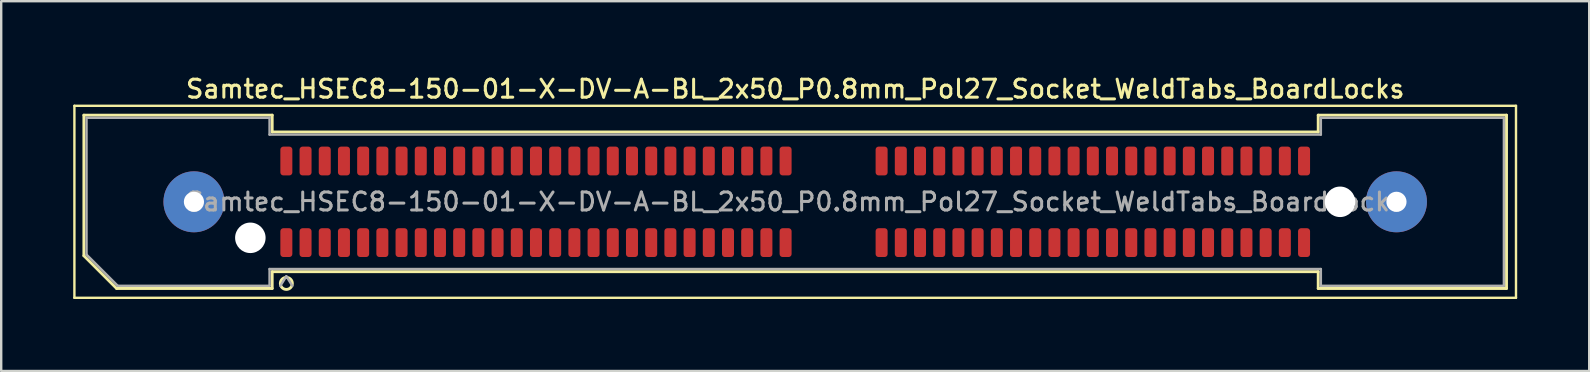
<source format=kicad_pcb>
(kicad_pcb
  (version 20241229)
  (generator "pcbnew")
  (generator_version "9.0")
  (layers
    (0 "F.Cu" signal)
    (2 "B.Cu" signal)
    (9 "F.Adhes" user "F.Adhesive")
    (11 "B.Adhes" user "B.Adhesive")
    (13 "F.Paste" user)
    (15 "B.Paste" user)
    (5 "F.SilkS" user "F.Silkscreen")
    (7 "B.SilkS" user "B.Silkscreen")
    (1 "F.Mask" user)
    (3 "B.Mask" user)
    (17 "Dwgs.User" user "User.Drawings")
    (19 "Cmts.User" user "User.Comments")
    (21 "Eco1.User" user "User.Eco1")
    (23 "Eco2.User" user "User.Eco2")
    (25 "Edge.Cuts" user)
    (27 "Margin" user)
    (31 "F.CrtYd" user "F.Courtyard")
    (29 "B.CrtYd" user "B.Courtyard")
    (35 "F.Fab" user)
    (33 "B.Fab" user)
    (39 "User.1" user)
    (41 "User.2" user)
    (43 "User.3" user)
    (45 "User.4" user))
  (footprint "Samtec_HSEC8-150-01-X-DV-A-BL_2x50_P0.8mm_Pol27_Socket_WeldTabs_BoardLocks"
    (layer "F.Cu")
    (at 30.08 5.358)
    (property "Reference" "Samtec_HSEC8-150-01-X-DV-A-BL_2x50_P0.8mm_Pol27_Socket_WeldTabs_BoardLocks" (at 0 -4.7 0) (layer "F.SilkS") (effects (font (size 0.75 0.75) (thickness 0.125))))
    (attr smd)
    (fp_line (start -30.03 -4) (end -30.03 4) (stroke (width 0.1) (type solid)) (layer "F.SilkS"))
    (fp_line (start -30.03 4) (end 30.03 4) (stroke (width 0.1) (type solid)) (layer "F.SilkS"))
    (fp_line (start -29.635 -3.61) (end -21.79 -3.61) (stroke (width 0.12) (type solid)) (layer "F.SilkS"))
    (fp_line (start -29.635 2.246) (end -29.635 -3.61) (stroke (width 0.12) (type solid)) (layer "F.SilkS"))
    (fp_line (start -28.271 3.61) (end -29.635 2.246) (stroke (width 0.12) (type solid)) (layer "F.SilkS"))
    (fp_line (start -21.79 -3.61) (end -21.79 -2.91) (stroke (width 0.12) (type solid)) (layer "F.SilkS"))
    (fp_line (start -21.79 -2.91) (end 21.79 -2.91) (stroke (width 0.12) (type solid)) (layer "F.SilkS"))
    (fp_line (start -21.79 2.91) (end -21.79 3.61) (stroke (width 0.12) (type solid)) (layer "F.SilkS"))
    (fp_line (start -21.79 3.61) (end -28.271 3.61) (stroke (width 0.12) (type solid)) (layer "F.SilkS"))
    (fp_line (start 21.79 -3.61) (end 29.635 -3.61) (stroke (width 0.12) (type solid)) (layer "F.SilkS"))
    (fp_line (start 21.79 -2.91) (end 21.79 -3.61) (stroke (width 0.12) (type solid)) (layer "F.SilkS"))
    (fp_line (start 21.79 2.91) (end -21.79 2.91) (stroke (width 0.12) (type solid)) (layer "F.SilkS"))
    (fp_line (start 21.79 3.61) (end 21.79 2.91) (stroke (width 0.12) (type solid)) (layer "F.SilkS"))
    (fp_line (start 29.635 -3.61) (end 29.635 3.61) (stroke (width 0.12) (type solid)) (layer "F.SilkS"))
    (fp_line (start 29.635 3.61) (end 21.79 3.61) (stroke (width 0.12) (type solid)) (layer "F.SilkS"))
    (fp_line (start 30.03 -4) (end -30.03 -4) (stroke (width 0.1) (type solid)) (layer "F.SilkS"))
    (fp_line (start 30.03 4) (end 30.03 -4) (stroke (width 0.1) (type solid)) (layer "F.SilkS"))
    (fp_circle (center -21.2 3.4) (end -20.95 3.4) (stroke (width 0.12) (type solid)) (fill no) (layer "F.SilkS"))
    (fp_line (start -29.525 -3.5) (end -21.9 -3.5) (stroke (width 0.1) (type solid)) (layer "F.Fab"))
    (fp_line (start -29.525 2.2) (end -29.525 -3.5) (stroke (width 0.1) (type solid)) (layer "F.Fab"))
    (fp_line (start -28.225 3.5) (end -29.525 2.2) (stroke (width 0.1) (type solid)) (layer "F.Fab"))
    (fp_line (start -21.9 -3.5) (end -21.9 -2.8) (stroke (width 0.1) (type solid)) (layer "F.Fab"))
    (fp_line (start -21.9 -2.8) (end 21.9 -2.8) (stroke (width 0.1) (type solid)) (layer "F.Fab"))
    (fp_line (start -21.9 2.8) (end -21.9 3.5) (stroke (width 0.1) (type solid)) (layer "F.Fab"))
    (fp_line (start -21.9 3.5) (end -28.225 3.5) (stroke (width 0.1) (type solid)) (layer "F.Fab"))
    (fp_line (start -21.2 3.1) (end -21.45 3.5) (stroke (width 0.1) (type solid)) (layer "F.Fab"))
    (fp_line (start -21.2 3.1) (end -20.95 3.5) (stroke (width 0.1) (type solid)) (layer "F.Fab"))
    (fp_line (start 21.9 -3.5) (end 29.525 -3.5) (stroke (width 0.1) (type solid)) (layer "F.Fab"))
    (fp_line (start 21.9 -2.8) (end 21.9 -3.5) (stroke (width 0.1) (type solid)) (layer "F.Fab"))
    (fp_line (start 21.9 2.8) (end -21.9 2.8) (stroke (width 0.1) (type solid)) (layer "F.Fab"))
    (fp_line (start 21.9 3.5) (end 21.9 2.8) (stroke (width 0.1) (type solid)) (layer "F.Fab"))
    (fp_line (start 29.525 -3.5) (end 29.525 3.5) (stroke (width 0.1) (type solid)) (layer "F.Fab"))
    (fp_line (start 29.525 3.5) (end 21.9 3.5) (stroke (width 0.1) (type solid)) (layer "F.Fab"))
    (fp_text user "${REFERENCE}" (at 0 0 0) (layer "F.Fab") (effects (font (size 0.75 0.75) (thickness 0.125))))
    (pad "" thru_hole circle (at -25.05 0) (size 2.54 2.54) (drill 0.84) (layers "*.Cu" "*.Mask" "F.Paste"))
    (pad "" np_thru_hole circle (at -22.7 1.5) (size 1.27 1.27) (drill 1.27) (layers "*.Cu" "*.Mask"))
    (pad "" np_thru_hole circle (at 22.7 0) (size 1.27 1.27) (drill 1.27) (layers "*.Cu" "*.Mask"))
    (pad "" thru_hole circle (at 25.05 0) (size 2.54 2.54) (drill 0.84) (layers "*.Cu" "*.Mask" "F.Paste"))
    (pad "1" smd roundrect (at -21.2 1.7) (size 0.5 1.2) (layers "F.Cu" "F.Mask" "F.Paste") (roundrect_rratio 0.25))
    (pad "2" smd roundrect (at -21.2 -1.7) (size 0.5 1.2) (layers "F.Cu" "F.Mask" "F.Paste") (roundrect_rratio 0.25))
    (pad "3" smd roundrect (at -20.4 1.7) (size 0.5 1.2) (layers "F.Cu" "F.Mask" "F.Paste") (roundrect_rratio 0.25))
    (pad "4" smd roundrect (at -20.4 -1.7) (size 0.5 1.2) (layers "F.Cu" "F.Mask" "F.Paste") (roundrect_rratio 0.25))
    (pad "5" smd roundrect (at -19.6 1.7) (size 0.5 1.2) (layers "F.Cu" "F.Mask" "F.Paste") (roundrect_rratio 0.25))
    (pad "6" smd roundrect (at -19.6 -1.7) (size 0.5 1.2) (layers "F.Cu" "F.Mask" "F.Paste") (roundrect_rratio 0.25))
    (pad "7" smd roundrect (at -18.8 1.7) (size 0.5 1.2) (layers "F.Cu" "F.Mask" "F.Paste") (roundrect_rratio 0.25))
    (pad "8" smd roundrect (at -18.8 -1.7) (size 0.5 1.2) (layers "F.Cu" "F.Mask" "F.Paste") (roundrect_rratio 0.25))
    (pad "9" smd roundrect (at -18 1.7) (size 0.5 1.2) (layers "F.Cu" "F.Mask" "F.Paste") (roundrect_rratio 0.25))
    (pad "10" smd roundrect (at -18 -1.7) (size 0.5 1.2) (layers "F.Cu" "F.Mask" "F.Paste") (roundrect_rratio 0.25))
    (pad "11" smd roundrect (at -17.2 1.7) (size 0.5 1.2) (layers "F.Cu" "F.Mask" "F.Paste") (roundrect_rratio 0.25))
    (pad "12" smd roundrect (at -17.2 -1.7) (size 0.5 1.2) (layers "F.Cu" "F.Mask" "F.Paste") (roundrect_rratio 0.25))
    (pad "13" smd roundrect (at -16.4 1.7) (size 0.5 1.2) (layers "F.Cu" "F.Mask" "F.Paste") (roundrect_rratio 0.25))
    (pad "14" smd roundrect (at -16.4 -1.7) (size 0.5 1.2) (layers "F.Cu" "F.Mask" "F.Paste") (roundrect_rratio 0.25))
    (pad "15" smd roundrect (at -15.6 1.7) (size 0.5 1.2) (layers "F.Cu" "F.Mask" "F.Paste") (roundrect_rratio 0.25))
    (pad "16" smd roundrect (at -15.6 -1.7) (size 0.5 1.2) (layers "F.Cu" "F.Mask" "F.Paste") (roundrect_rratio 0.25))
    (pad "17" smd roundrect (at -14.8 1.7) (size 0.5 1.2) (layers "F.Cu" "F.Mask" "F.Paste") (roundrect_rratio 0.25))
    (pad "18" smd roundrect (at -14.8 -1.7) (size 0.5 1.2) (layers "F.Cu" "F.Mask" "F.Paste") (roundrect_rratio 0.25))
    (pad "19" smd roundrect (at -14 1.7) (size 0.5 1.2) (layers "F.Cu" "F.Mask" "F.Paste") (roundrect_rratio 0.25))
    (pad "20" smd roundrect (at -14 -1.7) (size 0.5 1.2) (layers "F.Cu" "F.Mask" "F.Paste") (roundrect_rratio 0.25))
    (pad "21" smd roundrect (at -13.2 1.7) (size 0.5 1.2) (layers "F.Cu" "F.Mask" "F.Paste") (roundrect_rratio 0.25))
    (pad "22" smd roundrect (at -13.2 -1.7) (size 0.5 1.2) (layers "F.Cu" "F.Mask" "F.Paste") (roundrect_rratio 0.25))
    (pad "23" smd roundrect (at -12.4 1.7) (size 0.5 1.2) (layers "F.Cu" "F.Mask" "F.Paste") (roundrect_rratio 0.25))
    (pad "24" smd roundrect (at -12.4 -1.7) (size 0.5 1.2) (layers "F.Cu" "F.Mask" "F.Paste") (roundrect_rratio 0.25))
    (pad "25" smd roundrect (at -11.6 1.7) (size 0.5 1.2) (layers "F.Cu" "F.Mask" "F.Paste") (roundrect_rratio 0.25))
    (pad "26" smd roundrect (at -11.6 -1.7) (size 0.5 1.2) (layers "F.Cu" "F.Mask" "F.Paste") (roundrect_rratio 0.25))
    (pad "27" smd roundrect (at -10.8 1.7) (size 0.5 1.2) (layers "F.Cu" "F.Mask" "F.Paste") (roundrect_rratio 0.25))
    (pad "28" smd roundrect (at -10.8 -1.7) (size 0.5 1.2) (layers "F.Cu" "F.Mask" "F.Paste") (roundrect_rratio 0.25))
    (pad "29" smd roundrect (at -10 1.7) (size 0.5 1.2) (layers "F.Cu" "F.Mask" "F.Paste") (roundrect_rratio 0.25))
    (pad "30" smd roundrect (at -10 -1.7) (size 0.5 1.2) (layers "F.Cu" "F.Mask" "F.Paste") (roundrect_rratio 0.25))
    (pad "31" smd roundrect (at -9.2 1.7) (size 0.5 1.2) (layers "F.Cu" "F.Mask" "F.Paste") (roundrect_rratio 0.25))
    (pad "32" smd roundrect (at -9.2 -1.7) (size 0.5 1.2) (layers "F.Cu" "F.Mask" "F.Paste") (roundrect_rratio 0.25))
    (pad "33" smd roundrect (at -8.4 1.7) (size 0.5 1.2) (layers "F.Cu" "F.Mask" "F.Paste") (roundrect_rratio 0.25))
    (pad "34" smd roundrect (at -8.4 -1.7) (size 0.5 1.2) (layers "F.Cu" "F.Mask" "F.Paste") (roundrect_rratio 0.25))
    (pad "35" smd roundrect (at -7.6 1.7) (size 0.5 1.2) (layers "F.Cu" "F.Mask" "F.Paste") (roundrect_rratio 0.25))
    (pad "36" smd roundrect (at -7.6 -1.7) (size 0.5 1.2) (layers "F.Cu" "F.Mask" "F.Paste") (roundrect_rratio 0.25))
    (pad "37" smd roundrect (at -6.8 1.7) (size 0.5 1.2) (layers "F.Cu" "F.Mask" "F.Paste") (roundrect_rratio 0.25))
    (pad "38" smd roundrect (at -6.8 -1.7) (size 0.5 1.2) (layers "F.Cu" "F.Mask" "F.Paste") (roundrect_rratio 0.25))
    (pad "39" smd roundrect (at -6 1.7) (size 0.5 1.2) (layers "F.Cu" "F.Mask" "F.Paste") (roundrect_rratio 0.25))
    (pad "40" smd roundrect (at -6 -1.7) (size 0.5 1.2) (layers "F.Cu" "F.Mask" "F.Paste") (roundrect_rratio 0.25))
    (pad "41" smd roundrect (at -5.2 1.7) (size 0.5 1.2) (layers "F.Cu" "F.Mask" "F.Paste") (roundrect_rratio 0.25))
    (pad "42" smd roundrect (at -5.2 -1.7) (size 0.5 1.2) (layers "F.Cu" "F.Mask" "F.Paste") (roundrect_rratio 0.25))
    (pad "43" smd roundrect (at -4.4 1.7) (size 0.5 1.2) (layers "F.Cu" "F.Mask" "F.Paste") (roundrect_rratio 0.25))
    (pad "44" smd roundrect (at -4.4 -1.7) (size 0.5 1.2) (layers "F.Cu" "F.Mask" "F.Paste") (roundrect_rratio 0.25))
    (pad "45" smd roundrect (at -3.6 1.7) (size 0.5 1.2) (layers "F.Cu" "F.Mask" "F.Paste") (roundrect_rratio 0.25))
    (pad "46" smd roundrect (at -3.6 -1.7) (size 0.5 1.2) (layers "F.Cu" "F.Mask" "F.Paste") (roundrect_rratio 0.25))
    (pad "47" smd roundrect (at -2.8 1.7) (size 0.5 1.2) (layers "F.Cu" "F.Mask" "F.Paste") (roundrect_rratio 0.25))
    (pad "48" smd roundrect (at -2.8 -1.7) (size 0.5 1.2) (layers "F.Cu" "F.Mask" "F.Paste") (roundrect_rratio 0.25))
    (pad "49" smd roundrect (at -2 1.7) (size 0.5 1.2) (layers "F.Cu" "F.Mask" "F.Paste") (roundrect_rratio 0.25))
    (pad "50" smd roundrect (at -2 -1.7) (size 0.5 1.2) (layers "F.Cu" "F.Mask" "F.Paste") (roundrect_rratio 0.25))
    (pad "51" smd roundrect (at -1.2 1.7) (size 0.5 1.2) (layers "F.Cu" "F.Mask" "F.Paste") (roundrect_rratio 0.25))
    (pad "52" smd roundrect (at -1.2 -1.7) (size 0.5 1.2) (layers "F.Cu" "F.Mask" "F.Paste") (roundrect_rratio 0.25))
    (pad "53" smd roundrect (at -0.4 1.7) (size 0.5 1.2) (layers "F.Cu" "F.Mask" "F.Paste") (roundrect_rratio 0.25))
    (pad "54" smd roundrect (at -0.4 -1.7) (size 0.5 1.2) (layers "F.Cu" "F.Mask" "F.Paste") (roundrect_rratio 0.25))
    (pad "55" smd roundrect (at 3.6 1.7) (size 0.5 1.2) (layers "F.Cu" "F.Mask" "F.Paste") (roundrect_rratio 0.25))
    (pad "56" smd roundrect (at 3.6 -1.7) (size 0.5 1.2) (layers "F.Cu" "F.Mask" "F.Paste") (roundrect_rratio 0.25))
    (pad "57" smd roundrect (at 4.4 1.7) (size 0.5 1.2) (layers "F.Cu" "F.Mask" "F.Paste") (roundrect_rratio 0.25))
    (pad "58" smd roundrect (at 4.4 -1.7) (size 0.5 1.2) (layers "F.Cu" "F.Mask" "F.Paste") (roundrect_rratio 0.25))
    (pad "59" smd roundrect (at 5.2 1.7) (size 0.5 1.2) (layers "F.Cu" "F.Mask" "F.Paste") (roundrect_rratio 0.25))
    (pad "60" smd roundrect (at 5.2 -1.7) (size 0.5 1.2) (layers "F.Cu" "F.Mask" "F.Paste") (roundrect_rratio 0.25))
    (pad "61" smd roundrect (at 6 1.7) (size 0.5 1.2) (layers "F.Cu" "F.Mask" "F.Paste") (roundrect_rratio 0.25))
    (pad "62" smd roundrect (at 6 -1.7) (size 0.5 1.2) (layers "F.Cu" "F.Mask" "F.Paste") (roundrect_rratio 0.25))
    (pad "63" smd roundrect (at 6.8 1.7) (size 0.5 1.2) (layers "F.Cu" "F.Mask" "F.Paste") (roundrect_rratio 0.25))
    (pad "64" smd roundrect (at 6.8 -1.7) (size 0.5 1.2) (layers "F.Cu" "F.Mask" "F.Paste") (roundrect_rratio 0.25))
    (pad "65" smd roundrect (at 7.6 1.7) (size 0.5 1.2) (layers "F.Cu" "F.Mask" "F.Paste") (roundrect_rratio 0.25))
    (pad "66" smd roundrect (at 7.6 -1.7) (size 0.5 1.2) (layers "F.Cu" "F.Mask" "F.Paste") (roundrect_rratio 0.25))
    (pad "67" smd roundrect (at 8.4 1.7) (size 0.5 1.2) (layers "F.Cu" "F.Mask" "F.Paste") (roundrect_rratio 0.25))
    (pad "68" smd roundrect (at 8.4 -1.7) (size 0.5 1.2) (layers "F.Cu" "F.Mask" "F.Paste") (roundrect_rratio 0.25))
    (pad "69" smd roundrect (at 9.2 1.7) (size 0.5 1.2) (layers "F.Cu" "F.Mask" "F.Paste") (roundrect_rratio 0.25))
    (pad "70" smd roundrect (at 9.2 -1.7) (size 0.5 1.2) (layers "F.Cu" "F.Mask" "F.Paste") (roundrect_rratio 0.25))
    (pad "71" smd roundrect (at 10 1.7) (size 0.5 1.2) (layers "F.Cu" "F.Mask" "F.Paste") (roundrect_rratio 0.25))
    (pad "72" smd roundrect (at 10 -1.7) (size 0.5 1.2) (layers "F.Cu" "F.Mask" "F.Paste") (roundrect_rratio 0.25))
    (pad "73" smd roundrect (at 10.8 1.7) (size 0.5 1.2) (layers "F.Cu" "F.Mask" "F.Paste") (roundrect_rratio 0.25))
    (pad "74" smd roundrect (at 10.8 -1.7) (size 0.5 1.2) (layers "F.Cu" "F.Mask" "F.Paste") (roundrect_rratio 0.25))
    (pad "75" smd roundrect (at 11.6 1.7) (size 0.5 1.2) (layers "F.Cu" "F.Mask" "F.Paste") (roundrect_rratio 0.25))
    (pad "76" smd roundrect (at 11.6 -1.7) (size 0.5 1.2) (layers "F.Cu" "F.Mask" "F.Paste") (roundrect_rratio 0.25))
    (pad "77" smd roundrect (at 12.4 1.7) (size 0.5 1.2) (layers "F.Cu" "F.Mask" "F.Paste") (roundrect_rratio 0.25))
    (pad "78" smd roundrect (at 12.4 -1.7) (size 0.5 1.2) (layers "F.Cu" "F.Mask" "F.Paste") (roundrect_rratio 0.25))
    (pad "79" smd roundrect (at 13.2 1.7) (size 0.5 1.2) (layers "F.Cu" "F.Mask" "F.Paste") (roundrect_rratio 0.25))
    (pad "80" smd roundrect (at 13.2 -1.7) (size 0.5 1.2) (layers "F.Cu" "F.Mask" "F.Paste") (roundrect_rratio 0.25))
    (pad "81" smd roundrect (at 14 1.7) (size 0.5 1.2) (layers "F.Cu" "F.Mask" "F.Paste") (roundrect_rratio 0.25))
    (pad "82" smd roundrect (at 14 -1.7) (size 0.5 1.2) (layers "F.Cu" "F.Mask" "F.Paste") (roundrect_rratio 0.25))
    (pad "83" smd roundrect (at 14.8 1.7) (size 0.5 1.2) (layers "F.Cu" "F.Mask" "F.Paste") (roundrect_rratio 0.25))
    (pad "84" smd roundrect (at 14.8 -1.7) (size 0.5 1.2) (layers "F.Cu" "F.Mask" "F.Paste") (roundrect_rratio 0.25))
    (pad "85" smd roundrect (at 15.6 1.7) (size 0.5 1.2) (layers "F.Cu" "F.Mask" "F.Paste") (roundrect_rratio 0.25))
    (pad "86" smd roundrect (at 15.6 -1.7) (size 0.5 1.2) (layers "F.Cu" "F.Mask" "F.Paste") (roundrect_rratio 0.25))
    (pad "87" smd roundrect (at 16.4 1.7) (size 0.5 1.2) (layers "F.Cu" "F.Mask" "F.Paste") (roundrect_rratio 0.25))
    (pad "88" smd roundrect (at 16.4 -1.7) (size 0.5 1.2) (layers "F.Cu" "F.Mask" "F.Paste") (roundrect_rratio 0.25))
    (pad "89" smd roundrect (at 17.2 1.7) (size 0.5 1.2) (layers "F.Cu" "F.Mask" "F.Paste") (roundrect_rratio 0.25))
    (pad "90" smd roundrect (at 17.2 -1.7) (size 0.5 1.2) (layers "F.Cu" "F.Mask" "F.Paste") (roundrect_rratio 0.25))
    (pad "91" smd roundrect (at 18 1.7) (size 0.5 1.2) (layers "F.Cu" "F.Mask" "F.Paste") (roundrect_rratio 0.25))
    (pad "92" smd roundrect (at 18 -1.7) (size 0.5 1.2) (layers "F.Cu" "F.Mask" "F.Paste") (roundrect_rratio 0.25))
    (pad "93" smd roundrect (at 18.8 1.7) (size 0.5 1.2) (layers "F.Cu" "F.Mask" "F.Paste") (roundrect_rratio 0.25))
    (pad "94" smd roundrect (at 18.8 -1.7) (size 0.5 1.2) (layers "F.Cu" "F.Mask" "F.Paste") (roundrect_rratio 0.25))
    (pad "95" smd roundrect (at 19.6 1.7) (size 0.5 1.2) (layers "F.Cu" "F.Mask" "F.Paste") (roundrect_rratio 0.25))
    (pad "96" smd roundrect (at 19.6 -1.7) (size 0.5 1.2) (layers "F.Cu" "F.Mask" "F.Paste") (roundrect_rratio 0.25))
    (pad "97" smd roundrect (at 20.4 1.7) (size 0.5 1.2) (layers "F.Cu" "F.Mask" "F.Paste") (roundrect_rratio 0.25))
    (pad "98" smd roundrect (at 20.4 -1.7) (size 0.5 1.2) (layers "F.Cu" "F.Mask" "F.Paste") (roundrect_rratio 0.25))
    (pad "99" smd roundrect (at 21.2 1.7) (size 0.5 1.2) (layers "F.Cu" "F.Mask" "F.Paste") (roundrect_rratio 0.25))
    (pad "100" smd roundrect (at 21.2 -1.7) (size 0.5 1.2) (layers "F.Cu" "F.Mask" "F.Paste") (roundrect_rratio 0.25)))
  (gr_rect
    (start -3 -3)
    (end 63.16 12.408)
    (stroke (width 0.1) (type default))
    (fill no)
    (layer "Edge.Cuts")))
</source>
